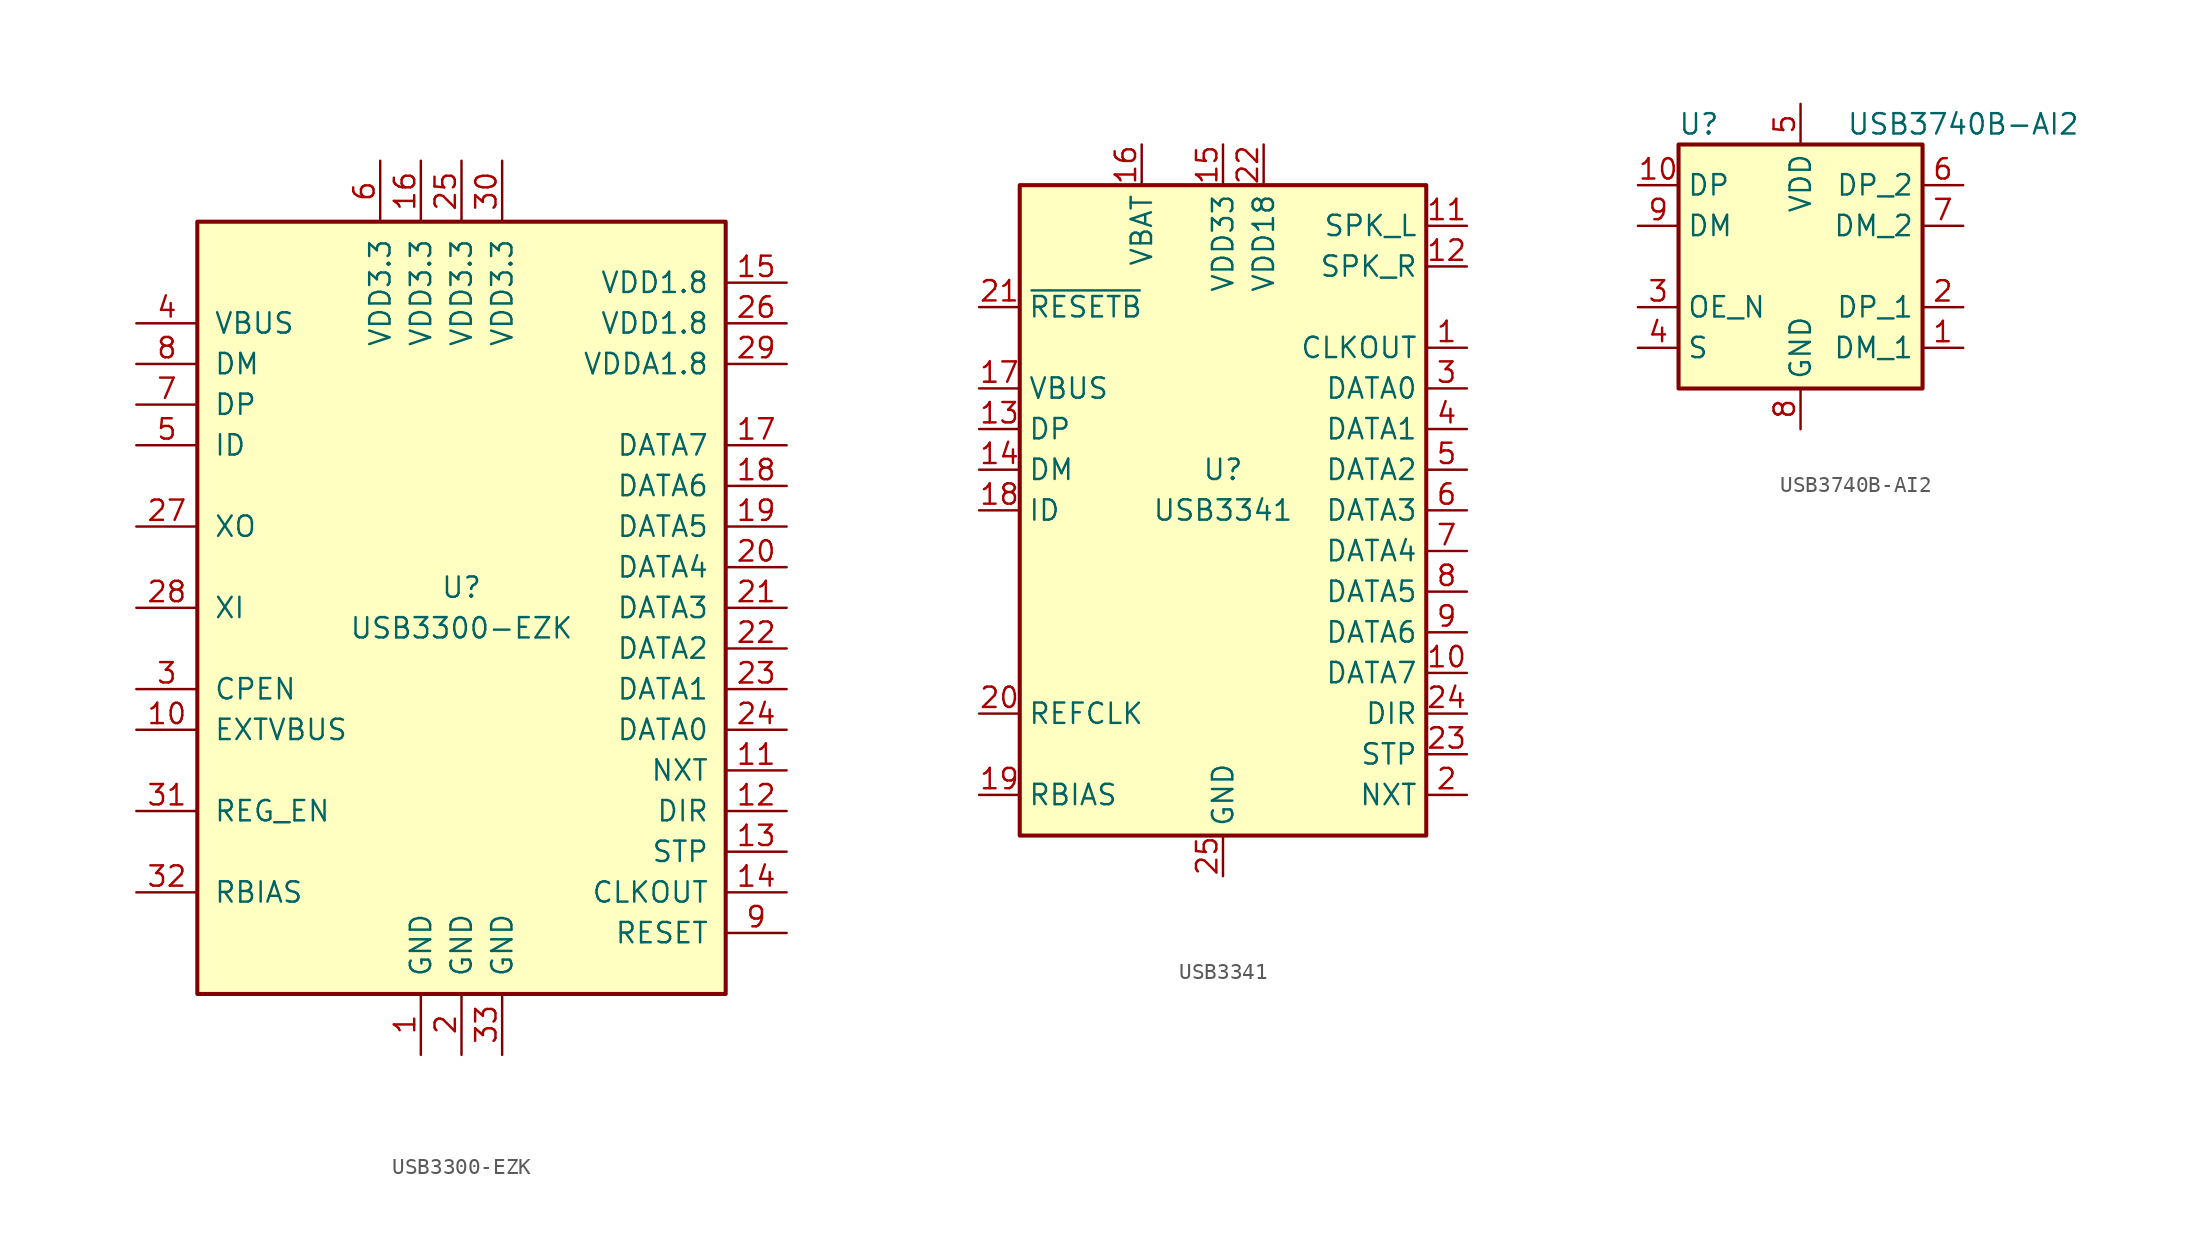
<source format=kicad_sym>
(kicad_symbol_lib
  (version 20211014)
  (generator kicad_symbol_editor)
  (symbol "USB3300-EZK"
    (pin_names
      (offset 1.016))
    (property "Reference" "U"
      (at 0 1.27 0)
      (effects (font (size 1.27 1.27))))
    (property "Value" "USB3300-EZK"
      (at 0 -1.27 0)
      (effects (font (size 1.27 1.27))))
    (symbol "USB3300-EZK_0_1"
      (rectangle (start 16.51 -24.13) (end -16.51 24.13) (stroke (width 0.254) (type default) (color 0 0 0 0)) (fill (type background))))
    (symbol "USB3300-EZK_1_1"
      (pin power_in line (at -2.54 -27.94 90) (length 3.81) (name "GND" (effects (font (size 1.27 1.27)))) (number "1" (effects (font (size 1.27 1.27)))))
      (pin input line (at -20.32 -7.62 0) (length 3.81) (name "EXTVBUS" (effects (font (size 1.27 1.27)))) (number "10" (effects (font (size 1.27 1.27)))))
      (pin output line (at 20.32 -10.16 180) (length 3.81) (name "NXT" (effects (font (size 1.27 1.27)))) (number "11" (effects (font (size 1.27 1.27)))))
      (pin output line (at 20.32 -12.7 180) (length 3.81) (name "DIR" (effects (font (size 1.27 1.27)))) (number "12" (effects (font (size 1.27 1.27)))))
      (pin input line (at 20.32 -15.24 180) (length 3.81) (name "STP" (effects (font (size 1.27 1.27)))) (number "13" (effects (font (size 1.27 1.27)))))
      (pin output line (at 20.32 -17.78 180) (length 3.81) (name "CLKOUT" (effects (font (size 1.27 1.27)))) (number "14" (effects (font (size 1.27 1.27)))))
      (pin power_out line (at 20.32 20.32 180) (length 3.81) (name "VDD1.8" (effects (font (size 1.27 1.27)))) (number "15" (effects (font (size 1.27 1.27)))))
      (pin power_in line (at -2.54 27.94 270) (length 3.81) (name "VDD3.3" (effects (font (size 1.27 1.27)))) (number "16" (effects (font (size 1.27 1.27)))))
      (pin bidirectional line (at 20.32 10.16 180) (length 3.81) (name "DATA7" (effects (font (size 1.27 1.27)))) (number "17" (effects (font (size 1.27 1.27)))))
      (pin bidirectional line (at 20.32 7.62 180) (length 3.81) (name "DATA6" (effects (font (size 1.27 1.27)))) (number "18" (effects (font (size 1.27 1.27)))))
      (pin bidirectional line (at 20.32 5.08 180) (length 3.81) (name "DATA5" (effects (font (size 1.27 1.27)))) (number "19" (effects (font (size 1.27 1.27)))))
      (pin power_in line (at 0 -27.94 90) (length 3.81) (name "GND" (effects (font (size 1.27 1.27)))) (number "2" (effects (font (size 1.27 1.27)))))
      (pin bidirectional line (at 20.32 2.54 180) (length 3.81) (name "DATA4" (effects (font (size 1.27 1.27)))) (number "20" (effects (font (size 1.27 1.27)))))
      (pin bidirectional line (at 20.32 0 180) (length 3.81) (name "DATA3" (effects (font (size 1.27 1.27)))) (number "21" (effects (font (size 1.27 1.27)))))
      (pin bidirectional line (at 20.32 -2.54 180) (length 3.81) (name "DATA2" (effects (font (size 1.27 1.27)))) (number "22" (effects (font (size 1.27 1.27)))))
      (pin bidirectional line (at 20.32 -5.08 180) (length 3.81) (name "DATA1" (effects (font (size 1.27 1.27)))) (number "23" (effects (font (size 1.27 1.27)))))
      (pin bidirectional line (at 20.32 -7.62 180) (length 3.81) (name "DATA0" (effects (font (size 1.27 1.27)))) (number "24" (effects (font (size 1.27 1.27)))))
      (pin power_in line (at 0 27.94 270) (length 3.81) (name "VDD3.3" (effects (font (size 1.27 1.27)))) (number "25" (effects (font (size 1.27 1.27)))))
      (pin power_out line (at 20.32 17.78 180) (length 3.81) (name "VDD1.8" (effects (font (size 1.27 1.27)))) (number "26" (effects (font (size 1.27 1.27)))))
      (pin output line (at -20.32 5.08 0) (length 3.81) (name "XO" (effects (font (size 1.27 1.27)))) (number "27" (effects (font (size 1.27 1.27)))))
      (pin input line (at -20.32 0 0) (length 3.81) (name "XI" (effects (font (size 1.27 1.27)))) (number "28" (effects (font (size 1.27 1.27)))))
      (pin power_out line (at 20.32 15.24 180) (length 3.81) (name "VDDA1.8" (effects (font (size 1.27 1.27)))) (number "29" (effects (font (size 1.27 1.27)))))
      (pin output line (at -20.32 -5.08 0) (length 3.81) (name "CPEN" (effects (font (size 1.27 1.27)))) (number "3" (effects (font (size 1.27 1.27)))))
      (pin power_in line (at 2.54 27.94 270) (length 3.81) (name "VDD3.3" (effects (font (size 1.27 1.27)))) (number "30" (effects (font (size 1.27 1.27)))))
      (pin bidirectional line (at -20.32 -12.7 0) (length 3.81) (name "REG_EN" (effects (font (size 1.27 1.27)))) (number "31" (effects (font (size 1.27 1.27)))))
      (pin passive line (at -20.32 -17.78 0) (length 3.81) (name "RBIAS" (effects (font (size 1.27 1.27)))) (number "32" (effects (font (size 1.27 1.27)))))
      (pin power_in line (at 2.54 -27.94 90) (length 3.81) (name "GND" (effects (font (size 1.27 1.27)))) (number "33" (effects (font (size 1.27 1.27)))))
      (pin power_in line (at -20.32 17.78 0) (length 3.81) (name "VBUS" (effects (font (size 1.27 1.27)))) (number "4" (effects (font (size 1.27 1.27)))))
      (pin input line (at -20.32 10.16 0) (length 3.81) (name "ID" (effects (font (size 1.27 1.27)))) (number "5" (effects (font (size 1.27 1.27)))))
      (pin power_in line (at -5.08 27.94 270) (length 3.81) (name "VDD3.3" (effects (font (size 1.27 1.27)))) (number "6" (effects (font (size 1.27 1.27)))))
      (pin bidirectional line (at -20.32 12.7 0) (length 3.81) (name "DP" (effects (font (size 1.27 1.27)))) (number "7" (effects (font (size 1.27 1.27)))))
      (pin bidirectional line (at -20.32 15.24 0) (length 3.81) (name "DM" (effects (font (size 1.27 1.27)))) (number "8" (effects (font (size 1.27 1.27)))))
      (pin input line (at 20.32 -20.32 180) (length 3.81) (name "RESET" (effects (font (size 1.27 1.27)))) (number "9" (effects (font (size 1.27 1.27)))))))
  (symbol "USB3341"
    (property "Reference" "U"
      (at 0 2.54 0)
      (effects (font (size 1.27 1.27))))
    (property "Value" "USB3341"
      (at 0 0 0)
      (effects (font (size 1.27 1.27))))
    (symbol "USB3341_0_1"
      (rectangle (start -12.7 20.32) (end 12.7 -20.32) (stroke (width 0.254) (type default) (color 0 0 0 0)) (fill (type background))))
    (symbol "USB3341_1_1"
      (pin output line (at 15.24 10.16 180) (length 2.54) (name "CLKOUT" (effects (font (size 1.27 1.27)))) (number "1" (effects (font (size 1.27 1.27)))))
      (pin bidirectional line (at 15.24 -10.16 180) (length 2.54) (name "DATA7" (effects (font (size 1.27 1.27)))) (number "10" (effects (font (size 1.27 1.27)))))
      (pin bidirectional line (at 15.24 17.78 180) (length 2.54) (name "SPK_L" (effects (font (size 1.27 1.27)))) (number "11" (effects (font (size 1.27 1.27)))))
      (pin bidirectional line (at 15.24 15.24 180) (length 2.54) (name "SPK_R" (effects (font (size 1.27 1.27)))) (number "12" (effects (font (size 1.27 1.27)))))
      (pin bidirectional line (at -15.24 5.08 0) (length 2.54) (name "DP" (effects (font (size 1.27 1.27)))) (number "13" (effects (font (size 1.27 1.27)))))
      (pin bidirectional line (at -15.24 2.54 0) (length 2.54) (name "DM" (effects (font (size 1.27 1.27)))) (number "14" (effects (font (size 1.27 1.27)))))
      (pin power_out line (at 0 22.86 270) (length 2.54) (name "VDD33" (effects (font (size 1.27 1.27)))) (number "15" (effects (font (size 1.27 1.27)))))
      (pin power_in line (at -5.08 22.86 270) (length 2.54) (name "VBAT" (effects (font (size 1.27 1.27)))) (number "16" (effects (font (size 1.27 1.27)))))
      (pin input line (at -15.24 7.62 0) (length 2.54) (name "VBUS" (effects (font (size 1.27 1.27)))) (number "17" (effects (font (size 1.27 1.27)))))
      (pin input line (at -15.24 0 0) (length 2.54) (name "ID" (effects (font (size 1.27 1.27)))) (number "18" (effects (font (size 1.27 1.27)))))
      (pin passive line (at -15.24 -17.78 0) (length 2.54) (name "RBIAS" (effects (font (size 1.27 1.27)))) (number "19" (effects (font (size 1.27 1.27)))))
      (pin output line (at 15.24 -17.78 180) (length 2.54) (name "NXT" (effects (font (size 1.27 1.27)))) (number "2" (effects (font (size 1.27 1.27)))))
      (pin input line (at -15.24 -12.7 0) (length 2.54) (name "REFCLK" (effects (font (size 1.27 1.27)))) (number "20" (effects (font (size 1.27 1.27)))))
      (pin input line (at -15.24 12.7 0) (length 2.54) (name "~{RESETB}" (effects (font (size 1.27 1.27)))) (number "21" (effects (font (size 1.27 1.27)))))
      (pin power_out line (at 2.54 22.86 270) (length 2.54) (name "VDD18" (effects (font (size 1.27 1.27)))) (number "22" (effects (font (size 1.27 1.27)))))
      (pin input line (at 15.24 -15.24 180) (length 2.54) (name "STP" (effects (font (size 1.27 1.27)))) (number "23" (effects (font (size 1.27 1.27)))))
      (pin output line (at 15.24 -12.7 180) (length 2.54) (name "DIR" (effects (font (size 1.27 1.27)))) (number "24" (effects (font (size 1.27 1.27)))))
      (pin power_in line (at 0 -22.86 90) (length 2.54) (name "GND" (effects (font (size 1.27 1.27)))) (number "25" (effects (font (size 1.27 1.27)))))
      (pin bidirectional line (at 15.24 7.62 180) (length 2.54) (name "DATA0" (effects (font (size 1.27 1.27)))) (number "3" (effects (font (size 1.27 1.27)))))
      (pin bidirectional line (at 15.24 5.08 180) (length 2.54) (name "DATA1" (effects (font (size 1.27 1.27)))) (number "4" (effects (font (size 1.27 1.27)))))
      (pin bidirectional line (at 15.24 2.54 180) (length 2.54) (name "DATA2" (effects (font (size 1.27 1.27)))) (number "5" (effects (font (size 1.27 1.27)))))
      (pin bidirectional line (at 15.24 0 180) (length 2.54) (name "DATA3" (effects (font (size 1.27 1.27)))) (number "6" (effects (font (size 1.27 1.27)))))
      (pin bidirectional line (at 15.24 -2.54 180) (length 2.54) (name "DATA4" (effects (font (size 1.27 1.27)))) (number "7" (effects (font (size 1.27 1.27)))))
      (pin bidirectional line (at 15.24 -5.08 180) (length 2.54) (name "DATA5" (effects (font (size 1.27 1.27)))) (number "8" (effects (font (size 1.27 1.27)))))
      (pin bidirectional line (at 15.24 -7.62 180) (length 2.54) (name "DATA6" (effects (font (size 1.27 1.27)))) (number "9" (effects (font (size 1.27 1.27)))))))
  (symbol "USB3740B-AI2"
    (property "Reference" "U"
      (at -6.35 8.89 0)
      (effects (font (size 1.27 1.27))))
    (property "Value" "USB3740B-AI2"
      (at 10.16 8.89 0)
      (effects (font (size 1.27 1.27))))
    (symbol "USB3740B-AI2_0_1"
      (rectangle (start 7.62 7.62) (end -7.62 -7.62) (stroke (width 0.254) (type default) (color 0 0 0 0)) (fill (type background))))
    (symbol "USB3740B-AI2_1_1"
      (pin bidirectional line (at 10.16 -5.08 180) (length 2.54) (name "DM_1" (effects (font (size 1.27 1.27)))) (number "1" (effects (font (size 1.27 1.27)))))
      (pin bidirectional line (at -10.16 5.08 0) (length 2.54) (name "DP" (effects (font (size 1.27 1.27)))) (number "10" (effects (font (size 1.27 1.27)))))
      (pin bidirectional line (at 10.16 -2.54 180) (length 2.54) (name "DP_1" (effects (font (size 1.27 1.27)))) (number "2" (effects (font (size 1.27 1.27)))))
      (pin input line (at -10.16 -2.54 0) (length 2.54) (name "OE_N" (effects (font (size 1.27 1.27)))) (number "3" (effects (font (size 1.27 1.27)))))
      (pin input line (at -10.16 -5.08 0) (length 2.54) (name "S" (effects (font (size 1.27 1.27)))) (number "4" (effects (font (size 1.27 1.27)))))
      (pin power_in line (at 0 10.16 270) (length 2.54) (name "VDD" (effects (font (size 1.27 1.27)))) (number "5" (effects (font (size 1.27 1.27)))))
      (pin bidirectional line (at 10.16 5.08 180) (length 2.54) (name "DP_2" (effects (font (size 1.27 1.27)))) (number "6" (effects (font (size 1.27 1.27)))))
      (pin bidirectional line (at 10.16 2.54 180) (length 2.54) (name "DM_2" (effects (font (size 1.27 1.27)))) (number "7" (effects (font (size 1.27 1.27)))))
      (pin power_in line (at 0 -10.16 90) (length 2.54) (name "GND" (effects (font (size 1.27 1.27)))) (number "8" (effects (font (size 1.27 1.27)))))
      (pin bidirectional line (at -10.16 2.54 0) (length 2.54) (name "DM" (effects (font (size 1.27 1.27)))) (number "9" (effects (font (size 1.27 1.27))))))))
</source>
